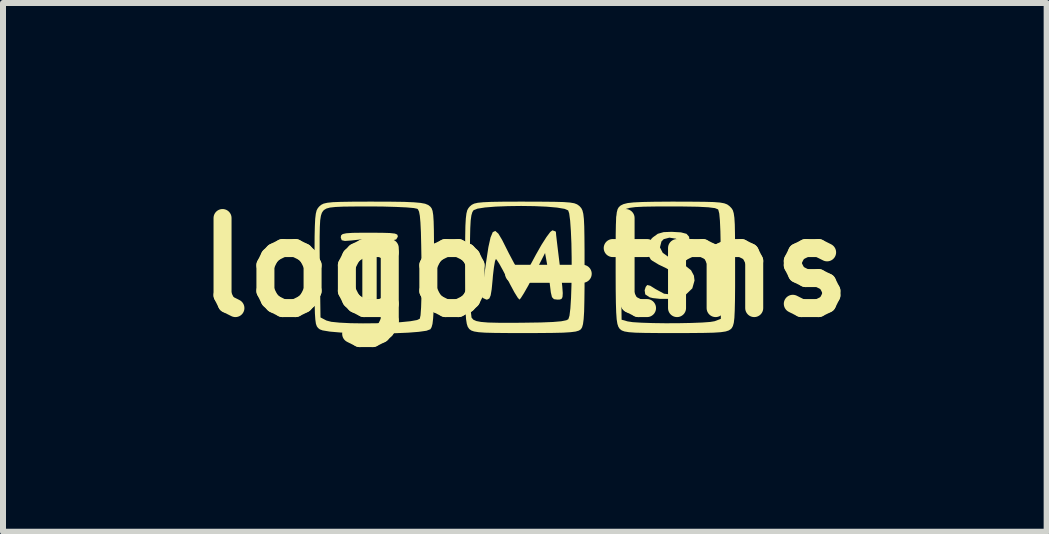
<source format=kicad_pcb>
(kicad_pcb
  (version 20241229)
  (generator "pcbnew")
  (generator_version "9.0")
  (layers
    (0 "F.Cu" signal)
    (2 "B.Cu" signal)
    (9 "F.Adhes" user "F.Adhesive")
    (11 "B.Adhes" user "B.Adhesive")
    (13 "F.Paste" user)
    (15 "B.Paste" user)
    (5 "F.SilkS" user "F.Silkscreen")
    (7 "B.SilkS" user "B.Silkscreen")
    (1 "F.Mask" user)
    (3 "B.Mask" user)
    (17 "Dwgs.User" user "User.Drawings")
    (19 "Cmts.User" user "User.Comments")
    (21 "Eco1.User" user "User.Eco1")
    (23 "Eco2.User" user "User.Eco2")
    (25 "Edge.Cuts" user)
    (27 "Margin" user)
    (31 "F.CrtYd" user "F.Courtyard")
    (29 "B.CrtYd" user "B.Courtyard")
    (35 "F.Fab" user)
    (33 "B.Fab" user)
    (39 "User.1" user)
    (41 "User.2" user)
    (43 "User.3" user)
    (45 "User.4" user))
  (footprint "logo-tms"
    (layer "F.Cu")
    (at 5.693 1.404)
    (property "Reference" "logo-tms" (at 0 0 0) (layer "F.SilkS") (effects (font (size 1.5 1.5) (thickness 0.3))))
    (attr board_only exclude_from_pos_files exclude_from_bom)
    (fp_poly (pts (xy -2.382 -0.576) (xy -2.246 -0.572) (xy -2.165 -0.563) (xy -2.126 -0.547) (xy -2.116 -0.522) (xy -2.117 -0.508) (xy -2.143 -0.465) (xy -2.211 -0.449) (xy -2.3 -0.452) (xy -2.468 -0.464) (xy -2.468 0.037) (xy -2.468 0.537) (xy -2.588 0.537) (xy -2.707 0.537) (xy -2.707 0.035) (xy -2.707 -0.468) (xy -2.886 -0.448) (xy -2.997 -0.44) (xy -3.05 -0.452) (xy -3.065 -0.492) (xy -3.066 -0.503) (xy -3.06 -0.534) (xy -3.034 -0.555) (xy -2.974 -0.568) (xy -2.868 -0.575) (xy -2.703 -0.577) (xy -2.585 -0.577)) (stroke (width 0) (type solid)) (fill yes) (layer "F.SilkS"))
    (fp_poly (pts (xy 2.601 -0.583) (xy 2.693 -0.559) (xy 2.736 -0.511) (xy 2.747 -0.436) (xy 2.733 -0.356) (xy 2.688 -0.348) (xy 2.612 -0.413) (xy 2.608 -0.418) (xy 2.516 -0.478) (xy 2.408 -0.495) (xy 2.314 -0.47) (xy 2.276 -0.432) (xy 2.251 -0.333) (xy 2.297 -0.243) (xy 2.416 -0.157) (xy 2.504 -0.115) (xy 2.669 -0.032) (xy 2.769 0.048) (xy 2.817 0.138) (xy 2.827 0.22) (xy 2.79 0.35) (xy 2.687 0.449) (xy 2.524 0.509) (xy 2.398 0.525) (xy 2.255 0.525) (xy 2.133 0.512) (xy 2.08 0.499) (xy 2.006 0.45) (xy 1.996 0.381) (xy 2.014 0.325) (xy 2.039 0.294) (xy 2.089 0.306) (xy 2.178 0.362) (xy 2.32 0.439) (xy 2.429 0.451) (xy 2.52 0.401) (xy 2.525 0.395) (xy 2.587 0.291) (xy 2.574 0.187) (xy 2.487 0.088) (xy 2.353 0.013) (xy 2.23 -0.046) (xy 2.13 -0.106) (xy 2.1 -0.128) (xy 2.039 -0.232) (xy 2.042 -0.355) (xy 2.108 -0.475) (xy 2.132 -0.499) (xy 2.214 -0.559) (xy 2.312 -0.587) (xy 2.445 -0.592)) (stroke (width 0) (type solid)) (fill yes) (layer "F.SilkS"))
    (fp_poly (pts (xy 0.512 -0.599) (xy 0.518 -0.586) (xy 0.522 -0.536) (xy 0.535 -0.424) (xy 0.554 -0.266) (xy 0.577 -0.079) (xy 0.577 -0.078) (xy 0.606 0.154) (xy 0.624 0.32) (xy 0.632 0.429) (xy 0.628 0.494) (xy 0.611 0.526) (xy 0.582 0.536) (xy 0.54 0.537) (xy 0.485 0.53) (xy 0.452 0.496) (xy 0.433 0.416) (xy 0.42 0.309) (xy 0.4 0.147) (xy 0.378 -0.01) (xy 0.366 -0.08) (xy 0.337 -0.239) (xy 0.139 0.149) (xy 0.056 0.306) (xy -0.016 0.432) (xy -0.068 0.514) (xy -0.09 0.537) (xy -0.119 0.504) (xy -0.174 0.415) (xy -0.244 0.285) (xy -0.288 0.199) (xy -0.363 0.053) (xy -0.426 -0.061) (xy -0.47 -0.128) (xy -0.482 -0.139) (xy -0.497 -0.103) (xy -0.514 -0.005) (xy -0.531 0.136) (xy -0.536 0.199) (xy -0.552 0.365) (xy -0.569 0.466) (xy -0.591 0.518) (xy -0.624 0.536) (xy -0.641 0.537) (xy -0.704 0.508) (xy -0.715 0.468) (xy -0.709 0.403) (xy -0.694 0.277) (xy -0.672 0.108) (xy -0.645 -0.087) (xy -0.643 -0.099) (xy -0.607 -0.337) (xy -0.571 -0.498) (xy -0.534 -0.587) (xy -0.492 -0.607) (xy -0.44 -0.561) (xy -0.376 -0.453) (xy -0.344 -0.389) (xy -0.265 -0.232) (xy -0.18 -0.072) (xy -0.131 0.015) (xy -0.031 0.189) (xy 0.186 -0.214) (xy 0.278 -0.376) (xy 0.361 -0.506) (xy 0.425 -0.591) (xy 0.46 -0.617)) (stroke (width 0) (type solid)) (fill yes) (layer "F.SilkS"))
    (fp_poly (pts (xy 2.786 -1.094) (xy 2.995 -1.092) (xy 3.146 -1.088) (xy 3.251 -1.08) (xy 3.322 -1.067) (xy 3.37 -1.049) (xy 3.405 -1.024) (xy 3.416 -1.014) (xy 3.444 -0.985) (xy 3.465 -0.952) (xy 3.48 -0.902) (xy 3.491 -0.826) (xy 3.498 -0.715) (xy 3.501 -0.556) (xy 3.503 -0.341) (xy 3.503 -0.058) (xy 3.503 0.015) (xy 3.503 0.316) (xy 3.501 0.548) (xy 3.497 0.719) (xy 3.491 0.842) (xy 3.481 0.925) (xy 3.466 0.978) (xy 3.447 1.012) (xy 3.431 1.029) (xy 3.397 1.051) (xy 3.345 1.068) (xy 3.264 1.08) (xy 3.143 1.088) (xy 2.973 1.092) (xy 2.741 1.094) (xy 2.501 1.095) (xy 2.216 1.094) (xy 2.001 1.092) (xy 1.843 1.088) (xy 1.734 1.08) (xy 1.661 1.068) (xy 1.615 1.051) (xy 1.585 1.028) (xy 1.579 1.022) (xy 1.558 0.99) (xy 1.542 0.941) (xy 1.53 0.865) (xy 1.522 0.751) (xy 1.517 0.59) (xy 1.514 0.371) (xy 1.513 0.086) (xy 1.513 -0.011) (xy 1.513 -0.311) (xy 1.514 -0.506) (xy 1.598 -0.506) (xy 1.599 -0.277) (xy 1.602 -0.008) (xy 1.612 0.872) (xy 1.712 0.9) (xy 1.799 0.913) (xy 1.945 0.922) (xy 2.133 0.928) (xy 2.346 0.931) (xy 2.565 0.93) (xy 2.774 0.926) (xy 2.955 0.919) (xy 3.091 0.909) (xy 3.162 0.897) (xy 3.265 0.858) (xy 3.265 -0.031) (xy 3.263 -0.353) (xy 3.258 -0.6) (xy 3.25 -0.78) (xy 3.239 -0.898) (xy 3.223 -0.959) (xy 3.217 -0.967) (xy 3.167 -0.987) (xy 3.056 -1.001) (xy 2.881 -1.01) (xy 2.634 -1.014) (xy 2.443 -1.015) (xy 2.178 -1.014) (xy 1.982 -1.011) (xy 1.842 -1.004) (xy 1.749 -0.992) (xy 1.691 -0.976) (xy 1.655 -0.953) (xy 1.654 -0.952) (xy 1.633 -0.922) (xy 1.618 -0.872) (xy 1.607 -0.793) (xy 1.601 -0.675) (xy 1.598 -0.506) (xy 1.514 -0.506) (xy 1.514 -0.542) (xy 1.517 -0.714) (xy 1.523 -0.835) (xy 1.532 -0.917) (xy 1.546 -0.97) (xy 1.565 -1.002) (xy 1.59 -1.025) (xy 1.601 -1.033) (xy 1.645 -1.054) (xy 1.712 -1.071) (xy 1.813 -1.082) (xy 1.959 -1.089) (xy 2.16 -1.093) (xy 2.428 -1.095) (xy 2.51 -1.095)) (stroke (width 0) (type solid)) (fill yes) (layer "F.SilkS"))
    (fp_poly (pts (xy -2.229 -1.094) (xy -2.01 -1.091) (xy -1.849 -1.084) (xy -1.737 -1.074) (xy -1.661 -1.06) (xy -1.612 -1.04) (xy -1.601 -1.033) (xy -1.574 -1.011) (xy -1.553 -0.984) (xy -1.537 -0.941) (xy -1.526 -0.872) (xy -1.519 -0.768) (xy -1.515 -0.618) (xy -1.513 -0.412) (xy -1.513 -0.141) (xy -1.513 -0.001) (xy -1.513 0.309) (xy -1.516 0.548) (xy -1.52 0.727) (xy -1.528 0.855) (xy -1.538 0.942) (xy -1.553 0.996) (xy -1.572 1.029) (xy -1.575 1.032) (xy -1.639 1.056) (xy -1.767 1.074) (xy -1.945 1.088) (xy -2.159 1.097) (xy -2.394 1.102) (xy -2.635 1.101) (xy -2.867 1.096) (xy -3.077 1.085) (xy -3.249 1.07) (xy -3.369 1.05) (xy -3.415 1.033) (xy -3.443 1.011) (xy -3.464 0.984) (xy -3.48 0.94) (xy -3.49 0.87) (xy -3.497 0.765) (xy -3.501 0.613) (xy -3.503 0.405) (xy -3.503 0.132) (xy -3.503 0.018) (xy -3.503 -0.283) (xy -3.502 -0.509) (xy -3.418 -0.509) (xy -3.418 -0.289) (xy -3.415 -0.017) (xy -3.404 0.834) (xy -3.304 0.886) (xy -3.224 0.907) (xy -3.086 0.921) (xy -2.905 0.93) (xy -2.697 0.933) (xy -2.478 0.931) (xy -2.262 0.924) (xy -2.066 0.913) (xy -1.905 0.897) (xy -1.794 0.877) (xy -1.75 0.856) (xy -1.737 0.797) (xy -1.728 0.667) (xy -1.722 0.476) (xy -1.72 0.233) (xy -1.721 -0.053) (xy -1.721 -0.071) (xy -1.726 -0.364) (xy -1.731 -0.586) (xy -1.739 -0.748) (xy -1.749 -0.859) (xy -1.762 -0.928) (xy -1.78 -0.966) (xy -1.792 -0.976) (xy -1.849 -0.988) (xy -1.972 -0.999) (xy -2.147 -1.007) (xy -2.36 -1.013) (xy -2.572 -1.015) (xy -2.83 -1.014) (xy -3.021 -1.012) (xy -3.156 -1.006) (xy -3.247 -0.996) (xy -3.305 -0.98) (xy -3.342 -0.958) (xy -3.359 -0.942) (xy -3.381 -0.909) (xy -3.397 -0.86) (xy -3.409 -0.784) (xy -3.415 -0.671) (xy -3.418 -0.509) (xy -3.502 -0.509) (xy -3.502 -0.514) (xy -3.498 -0.687) (xy -3.492 -0.81) (xy -3.482 -0.894) (xy -3.468 -0.95) (xy -3.448 -0.987) (xy -3.424 -1.015) (xy -3.392 -1.042) (xy -3.352 -1.062) (xy -3.291 -1.076) (xy -3.198 -1.086) (xy -3.063 -1.091) (xy -2.875 -1.094) (xy -2.621 -1.095) (xy -2.517 -1.095)) (stroke (width 0) (type solid)) (fill yes) (layer "F.SilkS"))
    (fp_poly (pts (xy 0.28 -1.094) (xy 0.491 -1.092) (xy 0.645 -1.088) (xy 0.752 -1.08) (xy 0.823 -1.068) (xy 0.87 -1.05) (xy 0.904 -1.026) (xy 0.916 -1.015) (xy 0.941 -0.986) (xy 0.96 -0.948) (xy 0.974 -0.892) (xy 0.984 -0.806) (xy 0.99 -0.682) (xy 0.993 -0.508) (xy 0.995 -0.275) (xy 0.995 0.017) (xy 0.995 0.324) (xy 0.992 0.56) (xy 0.988 0.736) (xy 0.98 0.862) (xy 0.969 0.946) (xy 0.954 0.999) (xy 0.934 1.031) (xy 0.933 1.032) (xy 0.901 1.053) (xy 0.848 1.069) (xy 0.762 1.08) (xy 0.635 1.088) (xy 0.455 1.092) (xy 0.212 1.094) (xy 0.003 1.095) (xy -0.283 1.094) (xy -0.501 1.092) (xy -0.66 1.088) (xy -0.771 1.08) (xy -0.845 1.068) (xy -0.891 1.052) (xy -0.922 1.03) (xy -0.929 1.022) (xy -0.951 0.99) (xy -0.967 0.94) (xy -0.979 0.863) (xy -0.987 0.748) (xy -0.992 0.586) (xy -0.994 0.365) (xy -0.995 0.078) (xy -0.995 0.007) (xy -0.995 -0.047) (xy -0.915 -0.047) (xy -0.914 0.206) (xy -0.91 0.433) (xy -0.904 0.621) (xy -0.897 0.759) (xy -0.888 0.833) (xy -0.885 0.841) (xy -0.857 0.872) (xy -0.808 0.894) (xy -0.73 0.909) (xy -0.611 0.919) (xy -0.441 0.923) (xy -0.209 0.924) (xy -0.012 0.922) (xy 0.264 0.918) (xy 0.468 0.91) (xy 0.608 0.898) (xy 0.692 0.881) (xy 0.725 0.864) (xy 0.744 0.805) (xy 0.759 0.682) (xy 0.77 0.508) (xy 0.777 0.298) (xy 0.781 0.067) (xy 0.78 -0.171) (xy 0.776 -0.401) (xy 0.767 -0.609) (xy 0.755 -0.779) (xy 0.739 -0.899) (xy 0.722 -0.949) (xy 0.661 -0.975) (xy 0.536 -0.996) (xy 0.364 -1.011) (xy 0.159 -1.02) (xy -0.062 -1.023) (xy -0.282 -1.02) (xy -0.488 -1.012) (xy -0.662 -0.998) (xy -0.789 -0.978) (xy -0.853 -0.953) (xy -0.874 -0.921) (xy -0.89 -0.867) (xy -0.902 -0.781) (xy -0.909 -0.651) (xy -0.913 -0.469) (xy -0.915 -0.224) (xy -0.915 -0.047) (xy -0.995 -0.047) (xy -0.995 -0.292) (xy -0.993 -0.522) (xy -0.99 -0.692) (xy -0.983 -0.814) (xy -0.973 -0.897) (xy -0.959 -0.952) (xy -0.939 -0.988) (xy -0.916 -1.015) (xy -0.884 -1.042) (xy -0.844 -1.062) (xy -0.783 -1.076) (xy -0.692 -1.085) (xy -0.557 -1.091) (xy -0.37 -1.094) (xy -0.118 -1.095) (xy 0 -1.095)) (stroke (width 0) (type solid)) (fill yes) (layer "F.SilkS")))
  (gr_rect
    (start -3 -3)
    (end 14.386 5.808)
    (stroke (width 0.1) (type default))
    (fill no)
    (layer "Edge.Cuts")))
</source>
